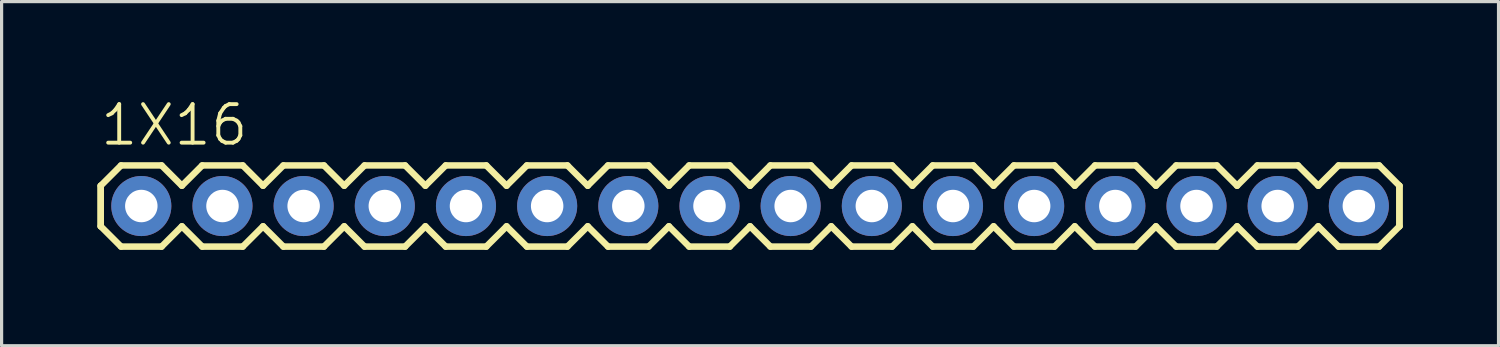
<source format=kicad_pcb>
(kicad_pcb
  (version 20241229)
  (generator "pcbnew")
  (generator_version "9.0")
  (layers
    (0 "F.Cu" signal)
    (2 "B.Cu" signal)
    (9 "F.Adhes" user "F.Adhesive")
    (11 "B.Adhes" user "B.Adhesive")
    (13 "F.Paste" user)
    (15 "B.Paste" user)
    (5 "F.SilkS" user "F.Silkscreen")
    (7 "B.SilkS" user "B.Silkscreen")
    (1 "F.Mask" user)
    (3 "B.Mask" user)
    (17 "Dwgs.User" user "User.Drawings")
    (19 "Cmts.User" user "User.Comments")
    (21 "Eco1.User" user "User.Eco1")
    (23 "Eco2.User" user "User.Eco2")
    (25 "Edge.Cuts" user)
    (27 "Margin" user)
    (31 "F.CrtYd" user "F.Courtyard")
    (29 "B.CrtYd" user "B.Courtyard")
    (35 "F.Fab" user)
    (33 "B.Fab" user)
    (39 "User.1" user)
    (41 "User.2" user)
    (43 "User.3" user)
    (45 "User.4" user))
  (footprint "1X16"
    (layer "F.Cu")
    (at 1.372 3.397)
    (property "Reference" "1X16" (at -1.346 -1.829 0) (layer "F.SilkS") (effects (font (size 1.206 1.206) (thickness 0.121)) (justify left bottom)))
    (attr through_hole)
    (fp_line (start -1.27 -0.635) (end -1.27 0.635) (stroke (width 0.203) (type solid)) (layer "F.SilkS"))
    (fp_line (start -1.27 -0.635) (end -1.27 0.635) (stroke (width 0.203) (type solid)) (layer "F.SilkS"))
    (fp_line (start -1.27 0.635) (end -0.635 1.27) (stroke (width 0.203) (type solid)) (layer "F.SilkS"))
    (fp_line (start -0.635 -1.27) (end -1.27 -0.635) (stroke (width 0.203) (type solid)) (layer "F.SilkS"))
    (fp_line (start -0.635 -1.27) (end 0.635 -1.27) (stroke (width 0.203) (type solid)) (layer "F.SilkS"))
    (fp_line (start 0.635 -1.27) (end 1.27 -0.635) (stroke (width 0.203) (type solid)) (layer "F.SilkS"))
    (fp_line (start 0.635 1.27) (end -0.635 1.27) (stroke (width 0.203) (type solid)) (layer "F.SilkS"))
    (fp_line (start 1.27 -0.635) (end 1.905 -1.27) (stroke (width 0.203) (type solid)) (layer "F.SilkS"))
    (fp_line (start 1.27 0.635) (end 0.635 1.27) (stroke (width 0.203) (type solid)) (layer "F.SilkS"))
    (fp_line (start 1.905 -1.27) (end 3.175 -1.27) (stroke (width 0.203) (type solid)) (layer "F.SilkS"))
    (fp_line (start 1.905 1.27) (end 1.27 0.635) (stroke (width 0.203) (type solid)) (layer "F.SilkS"))
    (fp_line (start 3.175 -1.27) (end 3.81 -0.635) (stroke (width 0.203) (type solid)) (layer "F.SilkS"))
    (fp_line (start 3.175 1.27) (end 1.905 1.27) (stroke (width 0.203) (type solid)) (layer "F.SilkS"))
    (fp_line (start 3.81 -0.635) (end 4.445 -1.27) (stroke (width 0.203) (type solid)) (layer "F.SilkS"))
    (fp_line (start 3.81 0.635) (end 3.175 1.27) (stroke (width 0.203) (type solid)) (layer "F.SilkS"))
    (fp_line (start 4.445 -1.27) (end 5.715 -1.27) (stroke (width 0.203) (type solid)) (layer "F.SilkS"))
    (fp_line (start 4.445 1.27) (end 3.81 0.635) (stroke (width 0.203) (type solid)) (layer "F.SilkS"))
    (fp_line (start 5.715 -1.27) (end 6.35 -0.635) (stroke (width 0.203) (type solid)) (layer "F.SilkS"))
    (fp_line (start 5.715 1.27) (end 4.445 1.27) (stroke (width 0.203) (type solid)) (layer "F.SilkS"))
    (fp_line (start 6.35 0.635) (end 5.715 1.27) (stroke (width 0.203) (type solid)) (layer "F.SilkS"))
    (fp_line (start 6.35 0.635) (end 6.985 1.27) (stroke (width 0.203) (type solid)) (layer "F.SilkS"))
    (fp_line (start 6.985 -1.27) (end 6.35 -0.635) (stroke (width 0.203) (type solid)) (layer "F.SilkS"))
    (fp_line (start 6.985 -1.27) (end 8.255 -1.27) (stroke (width 0.203) (type solid)) (layer "F.SilkS"))
    (fp_line (start 8.255 -1.27) (end 8.89 -0.635) (stroke (width 0.203) (type solid)) (layer "F.SilkS"))
    (fp_line (start 8.255 1.27) (end 6.985 1.27) (stroke (width 0.203) (type solid)) (layer "F.SilkS"))
    (fp_line (start 8.89 -0.635) (end 9.525 -1.27) (stroke (width 0.203) (type solid)) (layer "F.SilkS"))
    (fp_line (start 8.89 0.635) (end 8.255 1.27) (stroke (width 0.203) (type solid)) (layer "F.SilkS"))
    (fp_line (start 9.525 -1.27) (end 10.795 -1.27) (stroke (width 0.203) (type solid)) (layer "F.SilkS"))
    (fp_line (start 9.525 1.27) (end 8.89 0.635) (stroke (width 0.203) (type solid)) (layer "F.SilkS"))
    (fp_line (start 10.795 -1.27) (end 11.43 -0.635) (stroke (width 0.203) (type solid)) (layer "F.SilkS"))
    (fp_line (start 10.795 1.27) (end 9.525 1.27) (stroke (width 0.203) (type solid)) (layer "F.SilkS"))
    (fp_line (start 11.43 -0.635) (end 12.065 -1.27) (stroke (width 0.203) (type solid)) (layer "F.SilkS"))
    (fp_line (start 11.43 0.635) (end 10.795 1.27) (stroke (width 0.203) (type solid)) (layer "F.SilkS"))
    (fp_line (start 12.065 -1.27) (end 13.335 -1.27) (stroke (width 0.203) (type solid)) (layer "F.SilkS"))
    (fp_line (start 12.065 1.27) (end 11.43 0.635) (stroke (width 0.203) (type solid)) (layer "F.SilkS"))
    (fp_line (start 13.335 -1.27) (end 13.97 -0.635) (stroke (width 0.203) (type solid)) (layer "F.SilkS"))
    (fp_line (start 13.335 1.27) (end 12.065 1.27) (stroke (width 0.203) (type solid)) (layer "F.SilkS"))
    (fp_line (start 13.97 0.635) (end 13.335 1.27) (stroke (width 0.203) (type solid)) (layer "F.SilkS"))
    (fp_line (start 13.97 0.635) (end 14.605 1.27) (stroke (width 0.203) (type solid)) (layer "F.SilkS"))
    (fp_line (start 14.605 -1.27) (end 13.97 -0.635) (stroke (width 0.203) (type solid)) (layer "F.SilkS"))
    (fp_line (start 14.605 -1.27) (end 15.875 -1.27) (stroke (width 0.203) (type solid)) (layer "F.SilkS"))
    (fp_line (start 15.875 -1.27) (end 16.51 -0.635) (stroke (width 0.203) (type solid)) (layer "F.SilkS"))
    (fp_line (start 15.875 1.27) (end 14.605 1.27) (stroke (width 0.203) (type solid)) (layer "F.SilkS"))
    (fp_line (start 16.51 0.635) (end 15.875 1.27) (stroke (width 0.203) (type solid)) (layer "F.SilkS"))
    (fp_line (start 16.51 0.635) (end 17.145 1.27) (stroke (width 0.203) (type solid)) (layer "F.SilkS"))
    (fp_line (start 17.145 -1.27) (end 16.51 -0.635) (stroke (width 0.203) (type solid)) (layer "F.SilkS"))
    (fp_line (start 17.145 -1.27) (end 18.415 -1.27) (stroke (width 0.203) (type solid)) (layer "F.SilkS"))
    (fp_line (start 18.415 -1.27) (end 19.05 -0.635) (stroke (width 0.203) (type solid)) (layer "F.SilkS"))
    (fp_line (start 18.415 1.27) (end 17.145 1.27) (stroke (width 0.203) (type solid)) (layer "F.SilkS"))
    (fp_line (start 19.05 -0.635) (end 19.685 -1.27) (stroke (width 0.203) (type solid)) (layer "F.SilkS"))
    (fp_line (start 19.05 0.635) (end 18.415 1.27) (stroke (width 0.203) (type solid)) (layer "F.SilkS"))
    (fp_line (start 19.685 -1.27) (end 20.955 -1.27) (stroke (width 0.203) (type solid)) (layer "F.SilkS"))
    (fp_line (start 19.685 1.27) (end 19.05 0.635) (stroke (width 0.203) (type solid)) (layer "F.SilkS"))
    (fp_line (start 20.955 -1.27) (end 21.59 -0.635) (stroke (width 0.203) (type solid)) (layer "F.SilkS"))
    (fp_line (start 20.955 1.27) (end 19.685 1.27) (stroke (width 0.203) (type solid)) (layer "F.SilkS"))
    (fp_line (start 21.59 -0.635) (end 22.225 -1.27) (stroke (width 0.203) (type solid)) (layer "F.SilkS"))
    (fp_line (start 21.59 0.635) (end 20.955 1.27) (stroke (width 0.203) (type solid)) (layer "F.SilkS"))
    (fp_line (start 22.225 -1.27) (end 23.495 -1.27) (stroke (width 0.203) (type solid)) (layer "F.SilkS"))
    (fp_line (start 22.225 1.27) (end 21.59 0.635) (stroke (width 0.203) (type solid)) (layer "F.SilkS"))
    (fp_line (start 23.495 -1.27) (end 24.13 -0.635) (stroke (width 0.203) (type solid)) (layer "F.SilkS"))
    (fp_line (start 23.495 1.27) (end 22.225 1.27) (stroke (width 0.203) (type solid)) (layer "F.SilkS"))
    (fp_line (start 24.13 0.635) (end 23.495 1.27) (stroke (width 0.203) (type solid)) (layer "F.SilkS"))
    (fp_line (start 24.13 0.635) (end 24.765 1.27) (stroke (width 0.203) (type solid)) (layer "F.SilkS"))
    (fp_line (start 24.765 -1.27) (end 24.13 -0.635) (stroke (width 0.203) (type solid)) (layer "F.SilkS"))
    (fp_line (start 24.765 -1.27) (end 26.035 -1.27) (stroke (width 0.203) (type solid)) (layer "F.SilkS"))
    (fp_line (start 26.035 -1.27) (end 26.67 -0.635) (stroke (width 0.203) (type solid)) (layer "F.SilkS"))
    (fp_line (start 26.035 1.27) (end 24.765 1.27) (stroke (width 0.203) (type solid)) (layer "F.SilkS"))
    (fp_line (start 26.67 -0.635) (end 27.305 -1.27) (stroke (width 0.203) (type solid)) (layer "F.SilkS"))
    (fp_line (start 26.67 0.635) (end 26.035 1.27) (stroke (width 0.203) (type solid)) (layer "F.SilkS"))
    (fp_line (start 27.305 -1.27) (end 28.575 -1.27) (stroke (width 0.203) (type solid)) (layer "F.SilkS"))
    (fp_line (start 27.305 1.27) (end 26.67 0.635) (stroke (width 0.203) (type solid)) (layer "F.SilkS"))
    (fp_line (start 28.575 -1.27) (end 29.21 -0.635) (stroke (width 0.203) (type solid)) (layer "F.SilkS"))
    (fp_line (start 28.575 1.27) (end 27.305 1.27) (stroke (width 0.203) (type solid)) (layer "F.SilkS"))
    (fp_line (start 29.21 -0.635) (end 29.845 -1.27) (stroke (width 0.203) (type solid)) (layer "F.SilkS"))
    (fp_line (start 29.21 0.635) (end 28.575 1.27) (stroke (width 0.203) (type solid)) (layer "F.SilkS"))
    (fp_line (start 29.845 -1.27) (end 31.115 -1.27) (stroke (width 0.203) (type solid)) (layer "F.SilkS"))
    (fp_line (start 29.845 1.27) (end 29.21 0.635) (stroke (width 0.203) (type solid)) (layer "F.SilkS"))
    (fp_line (start 31.115 -1.27) (end 31.75 -0.635) (stroke (width 0.203) (type solid)) (layer "F.SilkS"))
    (fp_line (start 31.115 1.27) (end 29.845 1.27) (stroke (width 0.203) (type solid)) (layer "F.SilkS"))
    (fp_line (start 31.75 0.635) (end 31.115 1.27) (stroke (width 0.203) (type solid)) (layer "F.SilkS"))
    (fp_line (start 31.75 0.635) (end 32.385 1.27) (stroke (width 0.203) (type solid)) (layer "F.SilkS"))
    (fp_line (start 32.385 -1.27) (end 31.75 -0.635) (stroke (width 0.203) (type solid)) (layer "F.SilkS"))
    (fp_line (start 32.385 -1.27) (end 33.655 -1.27) (stroke (width 0.203) (type solid)) (layer "F.SilkS"))
    (fp_line (start 33.655 -1.27) (end 34.29 -0.635) (stroke (width 0.203) (type solid)) (layer "F.SilkS"))
    (fp_line (start 33.655 1.27) (end 32.385 1.27) (stroke (width 0.203) (type solid)) (layer "F.SilkS"))
    (fp_line (start 34.29 0.635) (end 33.655 1.27) (stroke (width 0.203) (type solid)) (layer "F.SilkS"))
    (fp_line (start 34.29 0.635) (end 34.925 1.27) (stroke (width 0.203) (type solid)) (layer "F.SilkS"))
    (fp_line (start 34.925 -1.27) (end 34.29 -0.635) (stroke (width 0.203) (type solid)) (layer "F.SilkS"))
    (fp_line (start 34.925 -1.27) (end 36.195 -1.27) (stroke (width 0.203) (type solid)) (layer "F.SilkS"))
    (fp_line (start 36.195 -1.27) (end 36.83 -0.635) (stroke (width 0.203) (type solid)) (layer "F.SilkS"))
    (fp_line (start 36.195 1.27) (end 34.925 1.27) (stroke (width 0.203) (type solid)) (layer "F.SilkS"))
    (fp_line (start 36.83 0.635) (end 36.195 1.27) (stroke (width 0.203) (type solid)) (layer "F.SilkS"))
    (fp_line (start 36.83 0.635) (end 37.465 1.27) (stroke (width 0.203) (type solid)) (layer "F.SilkS"))
    (fp_line (start 37.465 -1.27) (end 36.83 -0.635) (stroke (width 0.203) (type solid)) (layer "F.SilkS"))
    (fp_line (start 37.465 -1.27) (end 38.735 -1.27) (stroke (width 0.203) (type solid)) (layer "F.SilkS"))
    (fp_line (start 38.735 -1.27) (end 39.37 -0.635) (stroke (width 0.203) (type solid)) (layer "F.SilkS"))
    (fp_line (start 38.735 1.27) (end 37.465 1.27) (stroke (width 0.203) (type solid)) (layer "F.SilkS"))
    (fp_line (start 39.37 -0.635) (end 39.37 0.635) (stroke (width 0.203) (type solid)) (layer "F.SilkS"))
    (fp_line (start 39.37 -0.635) (end 39.37 0.635) (stroke (width 0.203) (type solid)) (layer "F.SilkS"))
    (fp_line (start 39.37 0.635) (end 38.735 1.27) (stroke (width 0.203) (type solid)) (layer "F.SilkS"))
    (fp_poly (pts (xy -0.254 0.254) (xy 0.254 0.254) (xy 0.254 -0.254) (xy -0.254 -0.254)) (stroke (width 0.1) (type solid)) (fill no) (layer "F.Fab"))
    (fp_poly (pts (xy 2.286 0.254) (xy 2.794 0.254) (xy 2.794 -0.254) (xy 2.286 -0.254)) (stroke (width 0.1) (type solid)) (fill no) (layer "F.Fab"))
    (fp_poly (pts (xy 4.826 0.254) (xy 5.334 0.254) (xy 5.334 -0.254) (xy 4.826 -0.254)) (stroke (width 0.1) (type solid)) (fill no) (layer "F.Fab"))
    (fp_poly (pts (xy 7.366 0.254) (xy 7.874 0.254) (xy 7.874 -0.254) (xy 7.366 -0.254)) (stroke (width 0.1) (type solid)) (fill no) (layer "F.Fab"))
    (fp_poly (pts (xy 9.906 0.254) (xy 10.414 0.254) (xy 10.414 -0.254) (xy 9.906 -0.254)) (stroke (width 0.1) (type solid)) (fill no) (layer "F.Fab"))
    (fp_poly (pts (xy 12.446 0.254) (xy 12.954 0.254) (xy 12.954 -0.254) (xy 12.446 -0.254)) (stroke (width 0.1) (type solid)) (fill no) (layer "F.Fab"))
    (fp_poly (pts (xy 14.986 0.254) (xy 15.494 0.254) (xy 15.494 -0.254) (xy 14.986 -0.254)) (stroke (width 0.1) (type solid)) (fill no) (layer "F.Fab"))
    (fp_poly (pts (xy 17.526 0.254) (xy 18.034 0.254) (xy 18.034 -0.254) (xy 17.526 -0.254)) (stroke (width 0.1) (type solid)) (fill no) (layer "F.Fab"))
    (fp_poly (pts (xy 20.066 0.254) (xy 20.574 0.254) (xy 20.574 -0.254) (xy 20.066 -0.254)) (stroke (width 0.1) (type solid)) (fill no) (layer "F.Fab"))
    (fp_poly (pts (xy 22.606 0.254) (xy 23.114 0.254) (xy 23.114 -0.254) (xy 22.606 -0.254)) (stroke (width 0.1) (type solid)) (fill no) (layer "F.Fab"))
    (fp_poly (pts (xy 25.146 0.254) (xy 25.654 0.254) (xy 25.654 -0.254) (xy 25.146 -0.254)) (stroke (width 0.1) (type solid)) (fill no) (layer "F.Fab"))
    (fp_poly (pts (xy 27.686 0.254) (xy 28.194 0.254) (xy 28.194 -0.254) (xy 27.686 -0.254)) (stroke (width 0.1) (type solid)) (fill no) (layer "F.Fab"))
    (fp_poly (pts (xy 30.226 0.254) (xy 30.734 0.254) (xy 30.734 -0.254) (xy 30.226 -0.254)) (stroke (width 0.1) (type solid)) (fill no) (layer "F.Fab"))
    (fp_poly (pts (xy 32.766 0.254) (xy 33.274 0.254) (xy 33.274 -0.254) (xy 32.766 -0.254)) (stroke (width 0.1) (type solid)) (fill no) (layer "F.Fab"))
    (fp_poly (pts (xy 35.306 0.254) (xy 35.814 0.254) (xy 35.814 -0.254) (xy 35.306 -0.254)) (stroke (width 0.1) (type solid)) (fill no) (layer "F.Fab"))
    (fp_poly (pts (xy 37.846 0.254) (xy 38.354 0.254) (xy 38.354 -0.254) (xy 37.846 -0.254)) (stroke (width 0.1) (type solid)) (fill no) (layer "F.Fab"))
    (pad "1" thru_hole circle (at 0 0 90) (size 1.88 1.88) (drill 1.016) (layers "*.Cu" "*.Mask"))
    (pad "2" thru_hole circle (at 2.54 0 90) (size 1.88 1.88) (drill 1.016) (layers "*.Cu" "*.Mask"))
    (pad "3" thru_hole circle (at 5.08 0 90) (size 1.88 1.88) (drill 1.016) (layers "*.Cu" "*.Mask"))
    (pad "4" thru_hole circle (at 7.62 0 90) (size 1.88 1.88) (drill 1.016) (layers "*.Cu" "*.Mask"))
    (pad "5" thru_hole circle (at 10.16 0 90) (size 1.88 1.88) (drill 1.016) (layers "*.Cu" "*.Mask"))
    (pad "6" thru_hole circle (at 12.7 0 90) (size 1.88 1.88) (drill 1.016) (layers "*.Cu" "*.Mask"))
    (pad "7" thru_hole circle (at 15.24 0 90) (size 1.88 1.88) (drill 1.016) (layers "*.Cu" "*.Mask"))
    (pad "8" thru_hole circle (at 17.78 0 90) (size 1.88 1.88) (drill 1.016) (layers "*.Cu" "*.Mask"))
    (pad "9" thru_hole circle (at 20.32 0 90) (size 1.88 1.88) (drill 1.016) (layers "*.Cu" "*.Mask"))
    (pad "10" thru_hole circle (at 22.86 0 90) (size 1.88 1.88) (drill 1.016) (layers "*.Cu" "*.Mask"))
    (pad "11" thru_hole circle (at 25.4 0 90) (size 1.88 1.88) (drill 1.016) (layers "*.Cu" "*.Mask"))
    (pad "12" thru_hole circle (at 27.94 0 90) (size 1.88 1.88) (drill 1.016) (layers "*.Cu" "*.Mask"))
    (pad "13" thru_hole circle (at 30.48 0 90) (size 1.88 1.88) (drill 1.016) (layers "*.Cu" "*.Mask"))
    (pad "14" thru_hole circle (at 33.02 0 90) (size 1.88 1.88) (drill 1.016) (layers "*.Cu" "*.Mask"))
    (pad "15" thru_hole circle (at 35.56 0 90) (size 1.88 1.88) (drill 1.016) (layers "*.Cu" "*.Mask"))
    (pad "16" thru_hole circle (at 38.1 0 90) (size 1.88 1.88) (drill 1.016) (layers "*.Cu" "*.Mask")))
  (gr_rect
    (start -3 -3)
    (end 43.843 7.769)
    (stroke (width 0.1) (type default))
    (fill no)
    (layer "Edge.Cuts")))
</source>
